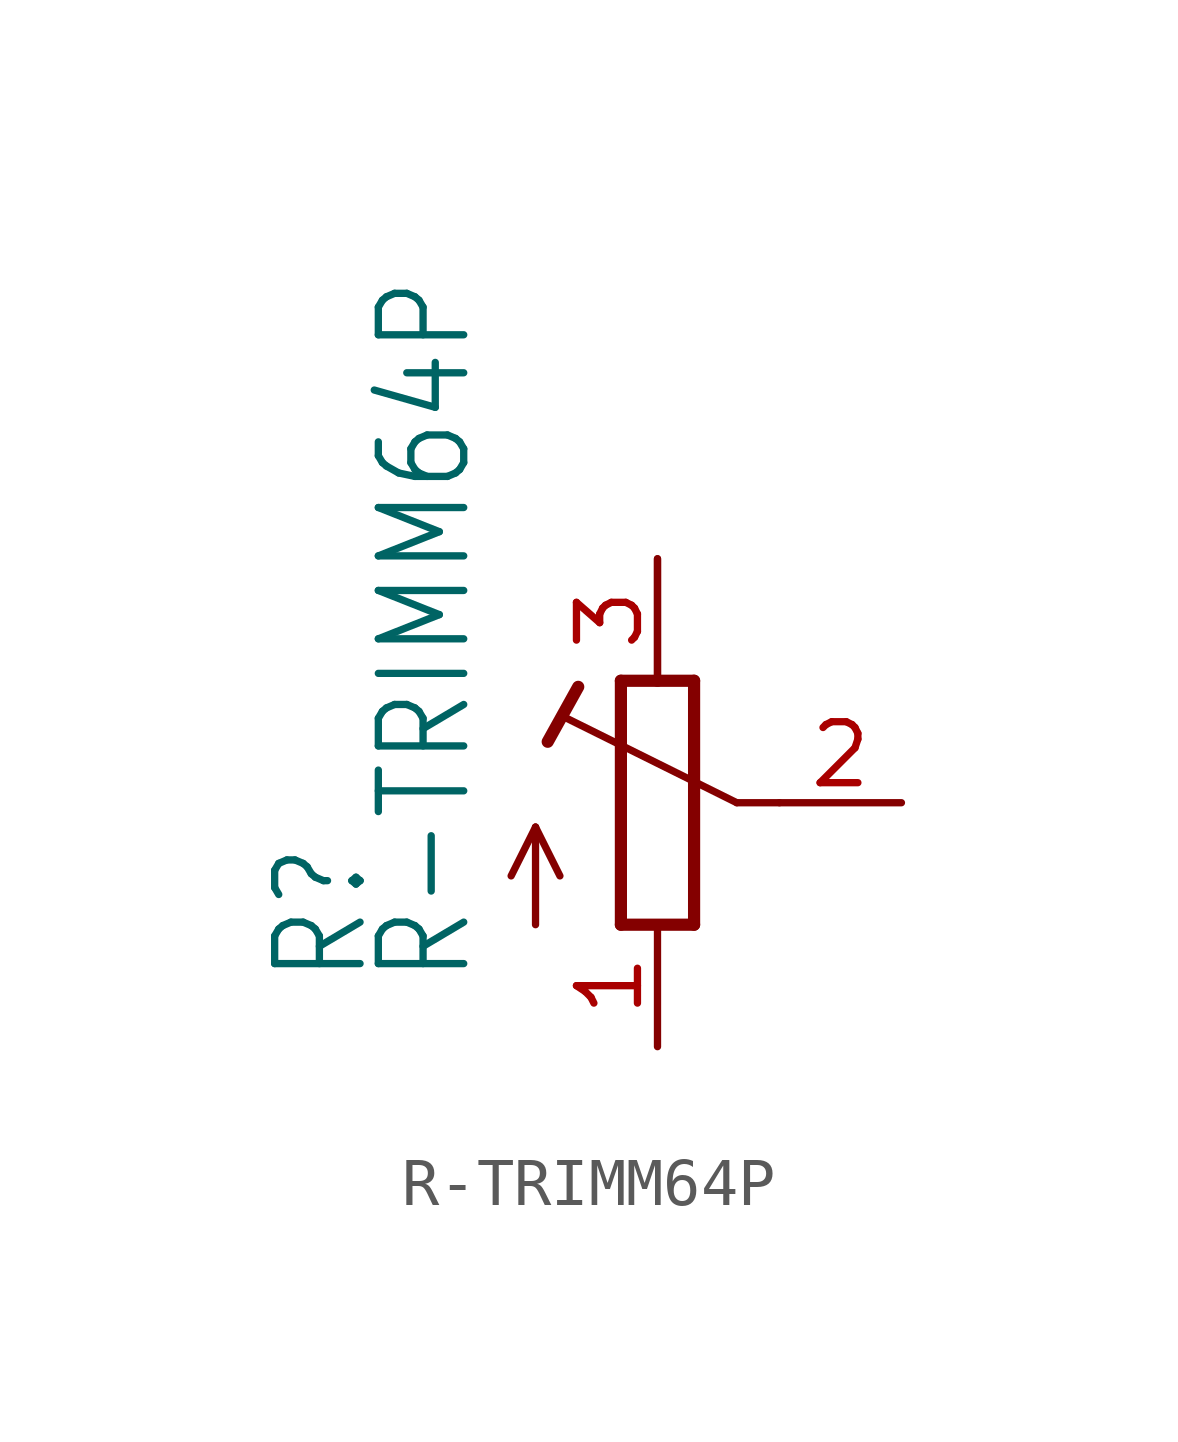
<source format=kicad_sym>
(kicad_symbol_lib
  (version 20211014)
  (generator kicad_symbol_editor)
  (symbol "R-TRIMM64P"
    (property "Reference" "R"
      (at -5.969 -3.81 90)
      (effects (font (size 1.778 1.511)) (justify left bottom)))
    (property "Value" "R-TRIMM64P"
      (at -3.81 -3.81 90)
      (effects (font (size 1.778 1.511)) (justify left bottom)))
    (property "ki_locked" ""
      (at 0 0 0)
      (effects (font (size 1.27 1.27))))
    (symbol "R-TRIMM64P_1_0"
      (polyline (pts (xy -2.54 -2.54) (xy -2.54 -0.508)) (stroke (width 0.152) (type default) (color 0 0 0 0)) (fill (type none)))
      (polyline (pts (xy -2.54 -0.508) (xy -3.048 -1.524)) (stroke (width 0.152) (type default) (color 0 0 0 0)) (fill (type none)))
      (polyline (pts (xy -2.54 -0.508) (xy -2.032 -1.524)) (stroke (width 0.152) (type default) (color 0 0 0 0)) (fill (type none)))
      (polyline (pts (xy -2.286 1.27) (xy -1.651 2.413)) (stroke (width 0.254) (type default) (color 0 0 0 0)) (fill (type none)))
      (polyline (pts (xy -0.762 -2.54) (xy 0.762 -2.54)) (stroke (width 0.254) (type default) (color 0 0 0 0)) (fill (type none)))
      (polyline (pts (xy -0.762 2.54) (xy -0.762 -2.54)) (stroke (width 0.254) (type default) (color 0 0 0 0)) (fill (type none)))
      (polyline (pts (xy 0 2.54) (xy -0.762 2.54)) (stroke (width 0.254) (type default) (color 0 0 0 0)) (fill (type none)))
      (polyline (pts (xy 0 2.54) (xy 0 5.08)) (stroke (width 0.152) (type default) (color 0 0 0 0)) (fill (type none)))
      (polyline (pts (xy 0.762 -2.54) (xy 0.762 2.54)) (stroke (width 0.254) (type default) (color 0 0 0 0)) (fill (type none)))
      (polyline (pts (xy 0.762 2.54) (xy 0 2.54)) (stroke (width 0.254) (type default) (color 0 0 0 0)) (fill (type none)))
      (polyline (pts (xy 1.651 0) (xy -1.88 1.753)) (stroke (width 0.152) (type default) (color 0 0 0 0)) (fill (type none)))
      (polyline (pts (xy 2.54 0) (xy 1.651 0)) (stroke (width 0.152) (type default) (color 0 0 0 0)) (fill (type none)))
      (pin passive line (at 0 -5.08 90) (length 2.54) (name "E" (effects (font (size 0 0)))) (number "1" (effects (font (size 1.27 1.27)))))
      (pin passive line (at 5.08 0 180) (length 2.54) (name "S" (effects (font (size 0 0)))) (number "2" (effects (font (size 1.27 1.27)))))
      (pin passive line (at 0 5.08 270) (length 2.54) (name "A" (effects (font (size 0 0)))) (number "3" (effects (font (size 1.27 1.27))))))))
</source>
